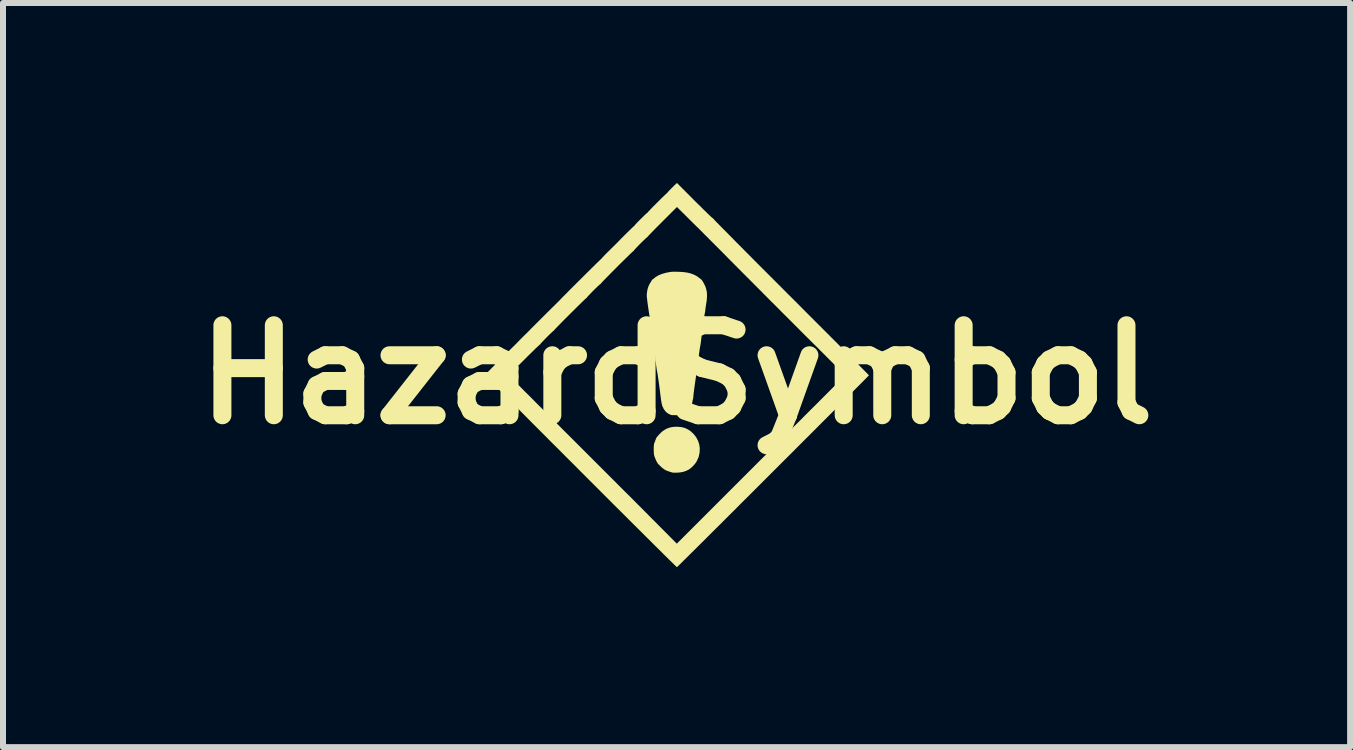
<source format=kicad_pcb>
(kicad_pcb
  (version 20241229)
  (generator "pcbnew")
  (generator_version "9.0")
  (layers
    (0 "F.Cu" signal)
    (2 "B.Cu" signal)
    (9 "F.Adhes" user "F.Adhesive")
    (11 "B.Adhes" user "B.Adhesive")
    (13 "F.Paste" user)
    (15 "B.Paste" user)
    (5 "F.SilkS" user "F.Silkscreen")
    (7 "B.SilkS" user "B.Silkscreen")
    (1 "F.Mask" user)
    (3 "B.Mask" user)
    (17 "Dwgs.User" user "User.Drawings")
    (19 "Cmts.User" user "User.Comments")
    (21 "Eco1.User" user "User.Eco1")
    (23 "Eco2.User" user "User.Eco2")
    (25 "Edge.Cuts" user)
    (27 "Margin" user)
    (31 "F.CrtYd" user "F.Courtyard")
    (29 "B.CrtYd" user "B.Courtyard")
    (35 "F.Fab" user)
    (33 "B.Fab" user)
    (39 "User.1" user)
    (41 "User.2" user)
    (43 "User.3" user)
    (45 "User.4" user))
  (footprint "HazardSymbol"
    (layer "F.Cu")
    (at 8.229 3.194)
    (property "Reference" "HazardSymbol" (at 0 0 0) (layer "F.SilkS") (effects (font (size 1.5 1.5) (thickness 0.3))))
    (attr board_only exclude_from_pos_files exclude_from_bom)
    (fp_poly (pts (xy 0.08 0.876) (xy 0.136 0.89) (xy 0.186 0.913) (xy 0.227 0.939) (xy 0.282 0.988) (xy 0.326 1.044) (xy 0.358 1.105) (xy 0.379 1.17) (xy 0.387 1.238) (xy 0.383 1.307) (xy 0.367 1.376) (xy 0.337 1.443) (xy 0.319 1.472) (xy 0.292 1.506) (xy 0.258 1.541) (xy 0.22 1.573) (xy 0.203 1.584) (xy 0.161 1.605) (xy 0.11 1.622) (xy 0.054 1.632) (xy 0.014 1.635) (xy -0.017 1.636) (xy -0.043 1.636) (xy -0.062 1.635) (xy -0.067 1.634) (xy -0.097 1.626) (xy -0.129 1.615) (xy -0.159 1.604) (xy -0.184 1.594) (xy -0.199 1.585) (xy -0.203 1.582) (xy -0.212 1.575) (xy -0.218 1.571) (xy -0.228 1.564) (xy -0.245 1.55) (xy -0.264 1.533) (xy -0.283 1.514) (xy -0.3 1.497) (xy -0.312 1.485) (xy -0.315 1.48) (xy -0.319 1.472) (xy -0.328 1.458) (xy -0.328 1.457) (xy -0.337 1.442) (xy -0.348 1.418) (xy -0.359 1.39) (xy -0.361 1.386) (xy -0.37 1.361) (xy -0.375 1.34) (xy -0.379 1.317) (xy -0.38 1.289) (xy -0.381 1.252) (xy -0.381 1.25) (xy -0.381 1.212) (xy -0.379 1.185) (xy -0.377 1.164) (xy -0.372 1.145) (xy -0.364 1.124) (xy -0.362 1.12) (xy -0.353 1.096) (xy -0.346 1.077) (xy -0.343 1.067) (xy -0.343 1.067) (xy -0.337 1.055) (xy -0.324 1.037) (xy -0.304 1.014) (xy -0.282 0.99) (xy -0.258 0.966) (xy -0.235 0.946) (xy -0.229 0.941) (xy -0.172 0.905) (xy -0.11 0.882) (xy -0.043 0.871) (xy 0.016 0.87)) (stroke (width 0) (type solid)) (fill yes) (layer "F.SilkS"))
    (fp_poly (pts (xy 0.012 -1.714) (xy 0.032 -1.713) (xy 0.092 -1.71) (xy 0.142 -1.705) (xy 0.185 -1.698) (xy 0.226 -1.688) (xy 0.267 -1.674) (xy 0.279 -1.669) (xy 0.301 -1.66) (xy 0.322 -1.649) (xy 0.345 -1.635) (xy 0.372 -1.615) (xy 0.407 -1.589) (xy 0.422 -1.573) (xy 0.437 -1.552) (xy 0.441 -1.545) (xy 0.451 -1.525) (xy 0.46 -1.509) (xy 0.462 -1.505) (xy 0.479 -1.471) (xy 0.493 -1.428) (xy 0.503 -1.382) (xy 0.504 -1.38) (xy 0.507 -1.337) (xy 0.506 -1.284) (xy 0.501 -1.225) (xy 0.491 -1.163) (xy 0.489 -1.152) (xy 0.485 -1.123) (xy 0.481 -1.094) (xy 0.48 -1.085) (xy 0.477 -1.057) (xy 0.472 -1.027) (xy 0.47 -1.022) (xy 0.466 -1) (xy 0.461 -0.97) (xy 0.456 -0.937) (xy 0.455 -0.928) (xy 0.45 -0.888) (xy 0.445 -0.85) (xy 0.44 -0.809) (xy 0.434 -0.764) (xy 0.427 -0.71) (xy 0.42 -0.662) (xy 0.415 -0.622) (xy 0.41 -0.583) (xy 0.406 -0.551) (xy 0.403 -0.527) (xy 0.402 -0.522) (xy 0.399 -0.499) (xy 0.396 -0.481) (xy 0.394 -0.476) (xy 0.392 -0.464) (xy 0.388 -0.443) (xy 0.384 -0.416) (xy 0.384 -0.413) (xy 0.379 -0.379) (xy 0.374 -0.342) (xy 0.371 -0.315) (xy 0.367 -0.285) (xy 0.362 -0.249) (xy 0.358 -0.213) (xy 0.357 -0.21) (xy 0.353 -0.175) (xy 0.348 -0.138) (xy 0.344 -0.107) (xy 0.344 -0.105) (xy 0.329 -0.006) (xy 0.316 0.082) (xy 0.305 0.159) (xy 0.296 0.224) (xy 0.289 0.278) (xy 0.284 0.319) (xy 0.281 0.347) (xy 0.28 0.361) (xy 0.278 0.384) (xy 0.275 0.405) (xy 0.273 0.409) (xy 0.268 0.428) (xy 0.264 0.451) (xy 0.263 0.457) (xy 0.257 0.492) (xy 0.245 0.528) (xy 0.23 0.563) (xy 0.213 0.591) (xy 0.201 0.604) (xy 0.193 0.613) (xy 0.193 0.616) (xy 0.194 0.619) (xy 0.186 0.627) (xy 0.171 0.638) (xy 0.153 0.65) (xy 0.133 0.661) (xy 0.13 0.662) (xy 0.113 0.669) (xy 0.097 0.674) (xy 0.077 0.676) (xy 0.051 0.678) (xy 0.015 0.678) (xy 0.007 0.678) (xy -0.027 0.677) (xy -0.057 0.677) (xy -0.079 0.675) (xy -0.091 0.674) (xy -0.091 0.674) (xy -0.132 0.656) (xy -0.165 0.633) (xy -0.172 0.627) (xy -0.194 0.602) (xy -0.211 0.579) (xy -0.222 0.559) (xy -0.224 0.55) (xy -0.228 0.541) (xy -0.231 0.539) (xy -0.236 0.533) (xy -0.238 0.523) (xy -0.241 0.507) (xy -0.244 0.5) (xy -0.247 0.491) (xy -0.251 0.471) (xy -0.256 0.442) (xy -0.261 0.408) (xy -0.262 0.399) (xy -0.275 0.297) (xy -0.286 0.207) (xy -0.297 0.127) (xy -0.307 0.059) (xy -0.315 0.004) (xy -0.323 -0.038) (xy -0.323 -0.042) (xy -0.328 -0.065) (xy -0.332 -0.09) (xy -0.336 -0.119) (xy -0.341 -0.155) (xy -0.346 -0.201) (xy -0.353 -0.254) (xy -0.358 -0.297) (xy -0.365 -0.347) (xy -0.372 -0.398) (xy -0.378 -0.443) (xy -0.383 -0.481) (xy -0.389 -0.516) (xy -0.393 -0.545) (xy -0.395 -0.564) (xy -0.396 -0.567) (xy -0.4 -0.593) (xy -0.405 -0.629) (xy -0.412 -0.672) (xy -0.417 -0.704) (xy -0.42 -0.724) (xy -0.423 -0.753) (xy -0.427 -0.784) (xy -0.428 -0.791) (xy -0.432 -0.821) (xy -0.435 -0.848) (xy -0.438 -0.874) (xy -0.441 -0.901) (xy -0.445 -0.93) (xy -0.45 -0.964) (xy -0.456 -1.005) (xy -0.464 -1.055) (xy -0.473 -1.115) (xy -0.479 -1.159) (xy -0.485 -1.201) (xy -0.49 -1.242) (xy -0.494 -1.278) (xy -0.497 -1.305) (xy -0.497 -1.317) (xy -0.496 -1.343) (xy -0.493 -1.373) (xy -0.488 -1.402) (xy -0.483 -1.427) (xy -0.478 -1.444) (xy -0.477 -1.446) (xy -0.472 -1.459) (xy -0.471 -1.463) (xy -0.464 -1.483) (xy -0.448 -1.513) (xy -0.433 -1.538) (xy -0.421 -1.556) (xy -0.414 -1.57) (xy -0.413 -1.575) (xy -0.408 -1.582) (xy -0.407 -1.582) (xy -0.396 -1.587) (xy -0.391 -1.591) (xy -0.35 -1.625) (xy -0.304 -1.653) (xy -0.251 -1.675) (xy -0.188 -1.694) (xy -0.149 -1.702) (xy -0.119 -1.708) (xy -0.092 -1.712) (xy -0.064 -1.714) (xy -0.03 -1.714)) (stroke (width 0) (type solid)) (fill yes) (layer "F.SilkS"))
    (fp_poly (pts (xy 0.296 -2.903) (xy 0.349 -2.85) (xy 0.4 -2.801) (xy 0.446 -2.754) (xy 0.489 -2.713) (xy 0.525 -2.677) (xy 0.556 -2.648) (xy 0.579 -2.626) (xy 0.594 -2.613) (xy 0.6 -2.609) (xy 0.611 -2.6) (xy 0.625 -2.585) (xy 0.63 -2.579) (xy 0.637 -2.571) (xy 0.652 -2.555) (xy 0.677 -2.529) (xy 0.711 -2.495) (xy 0.753 -2.452) (xy 0.803 -2.402) (xy 0.86 -2.344) (xy 0.924 -2.28) (xy 0.994 -2.208) (xy 1.071 -2.131) (xy 1.153 -2.048) (xy 1.241 -1.96) (xy 1.333 -1.867) (xy 1.43 -1.77) (xy 1.531 -1.669) (xy 1.636 -1.564) (xy 1.744 -1.456) (xy 1.854 -1.345) (xy 1.927 -1.273) (xy 2.039 -1.161) (xy 2.148 -1.051) (xy 2.254 -0.945) (xy 2.357 -0.842) (xy 2.456 -0.743) (xy 2.551 -0.648) (xy 2.641 -0.558) (xy 2.726 -0.472) (xy 2.805 -0.393) (xy 2.879 -0.319) (xy 2.946 -0.251) (xy 3.006 -0.191) (xy 3.06 -0.137) (xy 3.105 -0.091) (xy 3.143 -0.053) (xy 3.172 -0.023) (xy 3.193 -0.002) (xy 3.204 0.01) (xy 3.207 0.013) (xy 3.202 0.018) (xy 3.187 0.033) (xy 3.164 0.057) (xy 3.132 0.089) (xy 3.092 0.13) (xy 3.044 0.178) (xy 2.989 0.233) (xy 2.928 0.295) (xy 2.86 0.363) (xy 2.786 0.438) (xy 2.706 0.517) (xy 2.622 0.602) (xy 2.534 0.69) (xy 2.441 0.783) (xy 2.344 0.88) (xy 2.245 0.98) (xy 2.142 1.082) (xy 2.038 1.186) (xy 1.932 1.293) (xy 1.824 1.4) (xy 1.715 1.509) (xy 1.606 1.618) (xy 1.497 1.727) (xy 1.389 1.835) (xy 1.281 1.943) (xy 1.175 2.049) (xy 1.07 2.153) (xy 0.968 2.256) (xy 0.868 2.355) (xy 0.772 2.451) (xy 0.679 2.544) (xy 0.59 2.632) (xy 0.506 2.716) (xy 0.427 2.795) (xy 0.353 2.868) (xy 0.285 2.936) (xy 0.223 2.997) (xy 0.168 3.052) (xy 0.12 3.099) (xy 0.08 3.139) (xy 0.048 3.17) (xy 0.025 3.193) (xy 0.01 3.207) (xy 0.006 3.211) (xy -0.000066 3.206) (xy -0.015 3.192) (xy -0.039 3.169) (xy -0.072 3.136) (xy -0.114 3.096) (xy -0.163 3.047) (xy -0.221 2.99) (xy -0.285 2.926) (xy -0.356 2.856) (xy -0.434 2.778) (xy -0.518 2.695) (xy -0.608 2.605) (xy -0.704 2.51) (xy -0.804 2.41) (xy -0.909 2.305) (xy -1.019 2.196) (xy -1.132 2.083) (xy -1.249 1.966) (xy -1.369 1.846) (xy -1.492 1.723) (xy -1.602 1.613) (xy -1.727 1.487) (xy -1.85 1.365) (xy -1.969 1.245) (xy -2.086 1.129) (xy -2.198 1.016) (xy -2.307 0.907) (xy -2.411 0.803) (xy -2.51 0.703) (xy -2.604 0.608) (xy -2.693 0.519) (xy -2.776 0.436) (xy -2.852 0.36) (xy -2.922 0.289) (xy -2.985 0.226) (xy -3.041 0.17) (xy -3.088 0.122) (xy -3.128 0.082) (xy -3.159 0.051) (xy -3.182 0.028) (xy -3.195 0.014) (xy -3.197 0.012) (xy -2.8 0.012) (xy -2.583 0.228) (xy -2.536 0.276) (xy -2.49 0.321) (xy -2.447 0.364) (xy -2.408 0.403) (xy -2.374 0.437) (xy -2.348 0.464) (xy -2.329 0.483) (xy -2.323 0.489) (xy -2.311 0.501) (xy -2.29 0.522) (xy -2.261 0.55) (xy -2.225 0.587) (xy -2.182 0.63) (xy -2.132 0.68) (xy -2.077 0.735) (xy -2.017 0.795) (xy -1.953 0.859) (xy -1.886 0.927) (xy -1.815 0.997) (xy -1.742 1.07) (xy -1.668 1.144) (xy -1.593 1.219) (xy -1.517 1.295) (xy -1.442 1.37) (xy -1.369 1.443) (xy -1.297 1.515) (xy -1.227 1.585) (xy -1.16 1.652) (xy -1.098 1.714) (xy -1.039 1.772) (xy -0.986 1.826) (xy -0.939 1.873) (xy -0.898 1.914) (xy -0.864 1.948) (xy -0.838 1.974) (xy -0.82 1.991) (xy -0.812 2) (xy -0.811 2) (xy -0.804 2.007) (xy -0.787 2.024) (xy -0.762 2.049) (xy -0.73 2.081) (xy -0.691 2.12) (xy -0.646 2.166) (xy -0.595 2.216) (xy -0.541 2.271) (xy -0.482 2.33) (xy -0.421 2.392) (xy -0.396 2.417) (xy 0.004 2.819) (xy 1.405 1.418) (xy 1.523 1.301) (xy 1.637 1.186) (xy 1.749 1.075) (xy 1.857 0.967) (xy 1.961 0.862) (xy 2.062 0.762) (xy 2.157 0.666) (xy 2.248 0.575) (xy 2.334 0.49) (xy 2.413 0.41) (xy 2.487 0.336) (xy 2.554 0.269) (xy 2.614 0.209) (xy 2.666 0.156) (xy 2.711 0.111) (xy 2.748 0.074) (xy 2.776 0.045) (xy 2.796 0.026) (xy 2.806 0.015) (xy 2.807 0.014) (xy 2.803 0.008) (xy 2.789 -0.006) (xy 2.768 -0.028) (xy 2.74 -0.056) (xy 2.706 -0.09) (xy 2.668 -0.128) (xy 2.627 -0.17) (xy 2.584 -0.213) (xy 2.539 -0.258) (xy 2.494 -0.303) (xy 2.451 -0.347) (xy 2.409 -0.388) (xy 2.371 -0.427) (xy 2.337 -0.461) (xy 2.308 -0.489) (xy 2.288 -0.509) (xy 2.279 -0.517) (xy 2.262 -0.535) (xy 2.236 -0.56) (xy 2.204 -0.593) (xy 2.165 -0.631) (xy 2.121 -0.675) (xy 2.073 -0.723) (xy 2.022 -0.775) (xy 1.968 -0.828) (xy 1.913 -0.884) (xy 1.857 -0.94) (xy 1.801 -0.995) (xy 1.747 -1.049) (xy 1.696 -1.101) (xy 1.647 -1.15) (xy 1.603 -1.194) (xy 1.563 -1.233) (xy 1.53 -1.267) (xy 1.504 -1.293) (xy 1.486 -1.311) (xy 1.476 -1.321) (xy 1.467 -1.33) (xy 1.448 -1.349) (xy 1.422 -1.376) (xy 1.388 -1.41) (xy 1.347 -1.451) (xy 1.301 -1.497) (xy 1.25 -1.549) (xy 1.195 -1.604) (xy 1.136 -1.663) (xy 1.075 -1.724) (xy 1.012 -1.787) (xy 0.949 -1.851) (xy 0.885 -1.915) (xy 0.822 -1.979) (xy 0.761 -2.041) (xy 0.702 -2.1) (xy 0.646 -2.156) (xy 0.594 -2.208) (xy 0.546 -2.256) (xy 0.505 -2.298) (xy 0.469 -2.333) (xy 0.441 -2.362) (xy 0.421 -2.382) (xy 0.409 -2.394) (xy 0.407 -2.395) (xy 0.4 -2.403) (xy 0.384 -2.419) (xy 0.36 -2.443) (xy 0.329 -2.473) (xy 0.293 -2.508) (xy 0.253 -2.548) (xy 0.21 -2.59) (xy 0.201 -2.6) (xy 0.006 -2.793) (xy -0.241 -2.546) (xy -0.289 -2.498) (xy -0.335 -2.452) (xy -0.375 -2.411) (xy -0.411 -2.374) (xy -0.441 -2.343) (xy -0.464 -2.319) (xy -0.479 -2.303) (xy -0.485 -2.295) (xy -0.485 -2.295) (xy -0.488 -2.29) (xy -0.49 -2.289) (xy -0.497 -2.285) (xy -0.512 -2.272) (xy -0.533 -2.252) (xy -0.558 -2.228) (xy -0.586 -2.201) (xy -0.615 -2.172) (xy -0.643 -2.143) (xy -0.669 -2.116) (xy -0.69 -2.093) (xy -0.706 -2.075) (xy -0.715 -2.065) (xy -0.716 -2.062) (xy -0.717 -2.059) (xy -0.72 -2.058) (xy -0.726 -2.054) (xy -0.742 -2.04) (xy -0.764 -2.019) (xy -0.793 -1.991) (xy -0.827 -1.957) (xy -0.866 -1.919) (xy -0.908 -1.878) (xy -0.952 -1.835) (xy -0.996 -1.79) (xy -1.041 -1.745) (xy -1.084 -1.702) (xy -1.125 -1.66) (xy -1.163 -1.622) (xy -1.196 -1.588) (xy -1.224 -1.559) (xy -1.245 -1.537) (xy -1.258 -1.522) (xy -1.262 -1.516) (xy -1.262 -1.516) (xy -1.263 -1.513) (xy -1.266 -1.512) (xy -1.273 -1.508) (xy -1.288 -1.495) (xy -1.309 -1.475) (xy -1.335 -1.451) (xy -1.363 -1.424) (xy -1.392 -1.395) (xy -1.42 -1.366) (xy -1.446 -1.339) (xy -1.468 -1.316) (xy -1.484 -1.299) (xy -1.492 -1.288) (xy -1.493 -1.285) (xy -1.494 -1.282) (xy -1.497 -1.281) (xy -1.504 -1.276) (xy -1.519 -1.263) (xy -1.542 -1.241) (xy -1.573 -1.211) (xy -1.609 -1.176) (xy -1.651 -1.135) (xy -1.697 -1.089) (xy -1.747 -1.04) (xy -1.775 -1.012) (xy -1.826 -0.961) (xy -1.873 -0.914) (xy -1.916 -0.87) (xy -1.954 -0.831) (xy -1.986 -0.799) (xy -2.012 -0.772) (xy -2.029 -0.754) (xy -2.039 -0.744) (xy -2.04 -0.742) (xy -2.042 -0.738) (xy -2.052 -0.729) (xy -2.056 -0.726) (xy -2.069 -0.715) (xy -2.089 -0.696) (xy -2.114 -0.672) (xy -2.141 -0.645) (xy -2.17 -0.617) (xy -2.197 -0.588) (xy -2.223 -0.562) (xy -2.245 -0.539) (xy -2.261 -0.521) (xy -2.269 -0.51) (xy -2.27 -0.508) (xy -2.271 -0.504) (xy -2.274 -0.504) (xy -2.281 -0.499) (xy -2.296 -0.485) (xy -2.319 -0.464) (xy -2.35 -0.435) (xy -2.386 -0.399) (xy -2.427 -0.359) (xy -2.473 -0.314) (xy -2.522 -0.265) (xy -2.541 -0.246) (xy -2.8 0.012) (xy -3.197 0.012) (xy -3.198 0.01) (xy -3.191 0.003) (xy -3.175 -0.014) (xy -3.152 -0.037) (xy -3.122 -0.067) (xy -3.088 -0.102) (xy -3.05 -0.14) (xy -3.009 -0.18) (xy -2.968 -0.222) (xy -2.926 -0.263) (xy -2.886 -0.303) (xy -2.849 -0.341) (xy -2.815 -0.374) (xy -2.787 -0.402) (xy -2.765 -0.424) (xy -2.751 -0.438) (xy -2.747 -0.442) (xy -2.73 -0.459) (xy -2.705 -0.483) (xy -2.677 -0.511) (xy -2.647 -0.542) (xy -2.639 -0.55) (xy -2.609 -0.581) (xy -2.578 -0.612) (xy -2.55 -0.64) (xy -2.528 -0.662) (xy -2.523 -0.666) (xy -2.499 -0.69) (xy -2.474 -0.715) (xy -2.454 -0.735) (xy -2.453 -0.736) (xy -2.438 -0.752) (xy -2.416 -0.775) (xy -2.388 -0.802) (xy -2.358 -0.832) (xy -2.345 -0.846) (xy -2.309 -0.881) (xy -2.268 -0.922) (xy -2.227 -0.963) (xy -2.189 -1.001) (xy -2.183 -1.007) (xy -2.147 -1.043) (xy -2.105 -1.084) (xy -2.064 -1.125) (xy -2.026 -1.162) (xy -2.02 -1.168) (xy -1.993 -1.195) (xy -1.97 -1.218) (xy -1.952 -1.236) (xy -1.941 -1.246) (xy -1.939 -1.249) (xy -1.934 -1.255) (xy -1.921 -1.269) (xy -1.899 -1.291) (xy -1.87 -1.32) (xy -1.835 -1.355) (xy -1.795 -1.396) (xy -1.751 -1.44) (xy -1.704 -1.487) (xy -1.655 -1.536) (xy -1.604 -1.586) (xy -1.554 -1.636) (xy -1.504 -1.686) (xy -1.456 -1.733) (xy -1.411 -1.778) (xy -1.369 -1.819) (xy -1.333 -1.855) (xy -1.302 -1.885) (xy -1.277 -1.909) (xy -1.261 -1.925) (xy -1.253 -1.932) (xy -1.252 -1.932) (xy -1.246 -1.938) (xy -1.246 -1.939) (xy -1.241 -1.945) (xy -1.228 -1.96) (xy -1.207 -1.982) (xy -1.18 -2.01) (xy -1.148 -2.042) (xy -1.112 -2.077) (xy -1.109 -2.08) (xy -1.073 -2.116) (xy -1.039 -2.149) (xy -1.01 -2.178) (xy -0.987 -2.201) (xy -0.971 -2.217) (xy -0.964 -2.225) (xy -0.964 -2.225) (xy -0.95 -2.239) (xy -0.93 -2.26) (xy -0.905 -2.285) (xy -0.876 -2.314) (xy -0.845 -2.345) (xy -0.813 -2.376) (xy -0.783 -2.406) (xy -0.756 -2.432) (xy -0.733 -2.454) (xy -0.716 -2.47) (xy -0.707 -2.478) (xy -0.706 -2.478) (xy -0.7 -2.484) (xy -0.7 -2.485) (xy -0.695 -2.492) (xy -0.682 -2.507) (xy -0.663 -2.528) (xy -0.638 -2.553) (xy -0.611 -2.58) (xy -0.583 -2.608) (xy -0.555 -2.635) (xy -0.531 -2.659) (xy -0.51 -2.679) (xy -0.496 -2.691) (xy -0.489 -2.695) (xy -0.483 -2.701) (xy -0.483 -2.702) (xy -0.478 -2.708) (xy -0.465 -2.723) (xy -0.444 -2.744) (xy -0.418 -2.772) (xy -0.388 -2.803) (xy -0.354 -2.836) (xy -0.32 -2.871) (xy -0.285 -2.905) (xy -0.252 -2.938) (xy -0.222 -2.967) (xy -0.196 -2.992) (xy -0.176 -3.011) (xy -0.164 -3.022) (xy -0.16 -3.024) (xy -0.154 -3.03) (xy -0.154 -3.031) (xy -0.149 -3.038) (xy -0.136 -3.053) (xy -0.116 -3.074) (xy -0.091 -3.1) (xy -0.062 -3.128) (xy -0.032 -3.158) (xy -0.015 -3.174) (xy 0.006 -3.194)) (stroke (width 0) (type solid)) (fill yes) (layer "F.SilkS")))
  (gr_rect
    (start -3 -3)
    (end 19.457 9.405)
    (stroke (width 0.1) (type default))
    (fill no)
    (layer "Edge.Cuts")))
</source>
